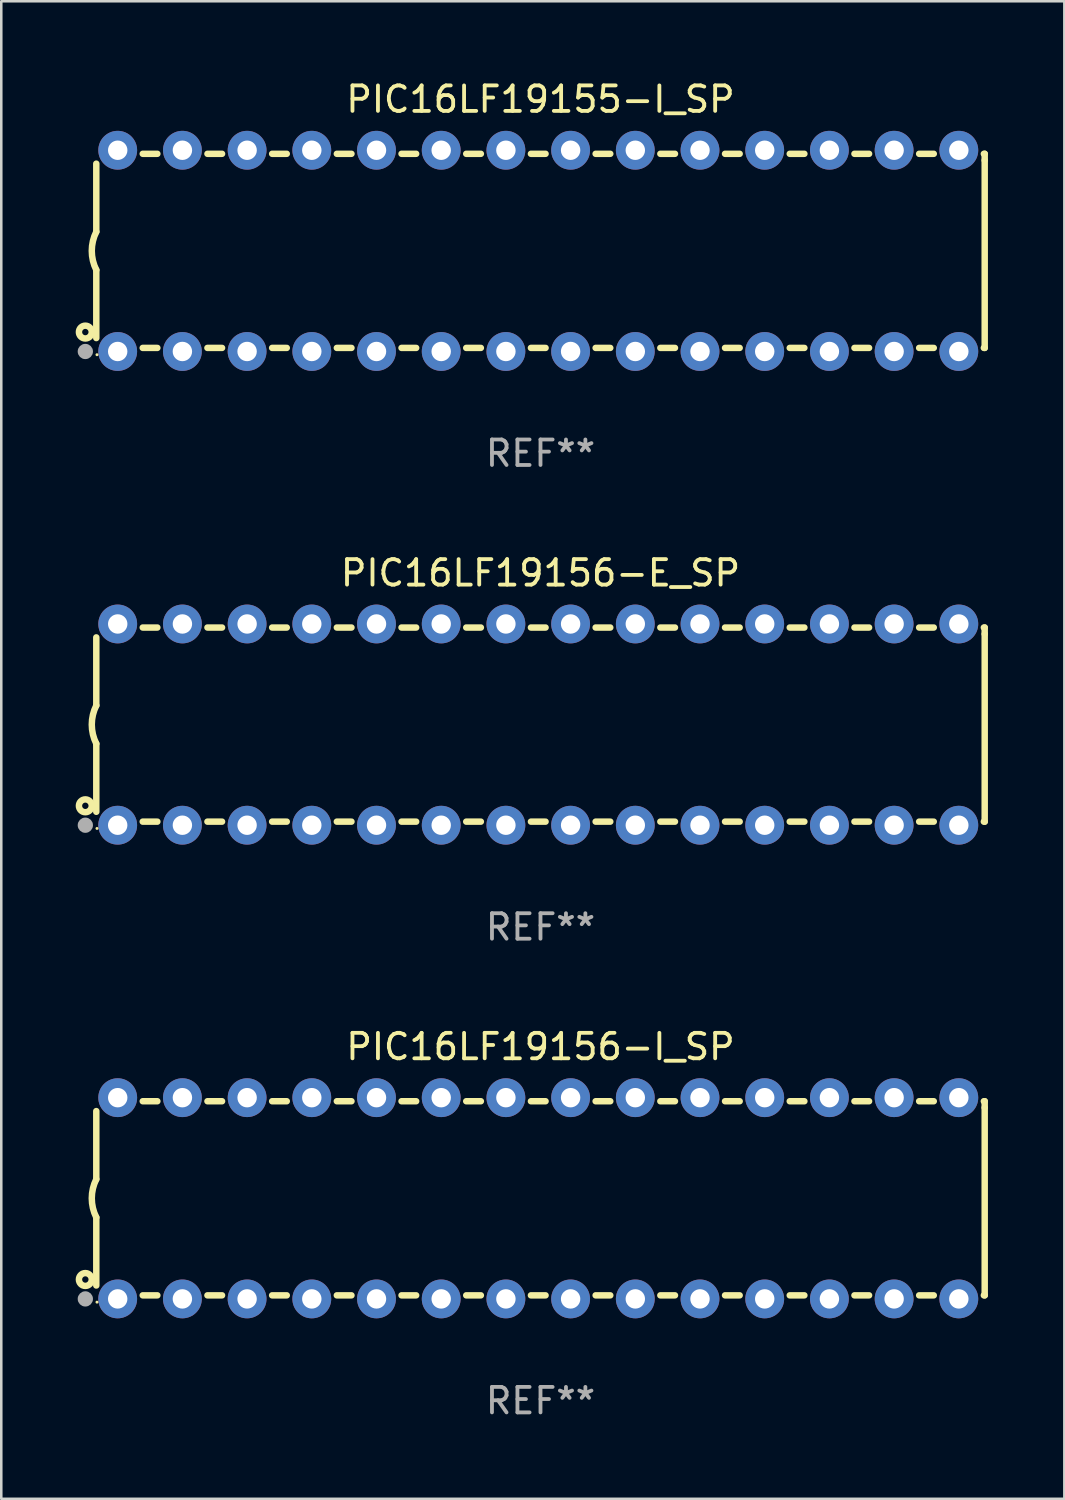
<source format=kicad_pcb>
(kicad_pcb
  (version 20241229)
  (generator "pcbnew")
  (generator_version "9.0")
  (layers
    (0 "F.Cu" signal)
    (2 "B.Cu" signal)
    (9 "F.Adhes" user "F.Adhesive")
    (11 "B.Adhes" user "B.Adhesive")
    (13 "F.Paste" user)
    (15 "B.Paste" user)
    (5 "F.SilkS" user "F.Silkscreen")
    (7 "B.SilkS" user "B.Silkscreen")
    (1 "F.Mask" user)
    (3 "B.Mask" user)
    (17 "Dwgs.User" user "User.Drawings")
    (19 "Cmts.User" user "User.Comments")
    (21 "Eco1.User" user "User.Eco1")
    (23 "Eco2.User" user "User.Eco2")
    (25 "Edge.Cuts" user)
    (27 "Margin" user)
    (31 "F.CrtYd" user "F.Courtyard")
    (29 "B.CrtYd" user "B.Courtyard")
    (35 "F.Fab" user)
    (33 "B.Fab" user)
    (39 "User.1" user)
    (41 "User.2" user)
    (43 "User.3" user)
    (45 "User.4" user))
  (footprint "PIC16LF19156-E_SP"
    (layer "F.Cu")
    (at 18.168 25.395)
    (property "Reference" "PIC16LF19156-E_SP" (at 0 -5.95 0) (layer "F.SilkS") (effects (font (size 1 1) (thickness 0.15))))
    (attr through_hole)
    (fp_line (start -17.438 0.75) (end -17.438 3.423) (stroke (width 0.254) (type solid)) (layer "F.SilkS"))
    (fp_line (start -17.438 -3.423) (end -17.438 -0.75) (stroke (width 0.254) (type solid)) (layer "F.SilkS"))
    (fp_line (start -15.615 3.81) (end -15.041 3.81) (stroke (width 0.254) (type solid)) (layer "F.SilkS"))
    (fp_line (start -15.041 -3.81) (end -15.614 -3.81) (stroke (width 0.254) (type solid)) (layer "F.SilkS"))
    (fp_line (start -13.075 3.81) (end -12.501 3.81) (stroke (width 0.254) (type solid)) (layer "F.SilkS"))
    (fp_line (start -12.501 -3.81) (end -13.074 -3.81) (stroke (width 0.254) (type solid)) (layer "F.SilkS"))
    (fp_line (start -10.535 3.81) (end -9.961 3.81) (stroke (width 0.254) (type solid)) (layer "F.SilkS"))
    (fp_line (start -9.961 -3.81) (end -10.534 -3.81) (stroke (width 0.254) (type solid)) (layer "F.SilkS"))
    (fp_line (start -7.995 3.81) (end -7.421 3.81) (stroke (width 0.254) (type solid)) (layer "F.SilkS"))
    (fp_line (start -7.421 -3.81) (end -7.995 -3.81) (stroke (width 0.254) (type solid)) (layer "F.SilkS"))
    (fp_line (start -5.455 3.81) (end -4.881 3.81) (stroke (width 0.254) (type solid)) (layer "F.SilkS"))
    (fp_line (start -4.881 -3.81) (end -5.455 -3.81) (stroke (width 0.254) (type solid)) (layer "F.SilkS"))
    (fp_line (start -2.915 3.81) (end -2.341 3.81) (stroke (width 0.254) (type solid)) (layer "F.SilkS"))
    (fp_line (start -2.341 -3.81) (end -2.915 -3.81) (stroke (width 0.254) (type solid)) (layer "F.SilkS"))
    (fp_line (start -0.375 3.81) (end 0.199 3.81) (stroke (width 0.254) (type solid)) (layer "F.SilkS"))
    (fp_line (start 0.199 -3.81) (end -0.375 -3.81) (stroke (width 0.254) (type solid)) (layer "F.SilkS"))
    (fp_line (start 2.165 3.81) (end 2.739 3.81) (stroke (width 0.254) (type solid)) (layer "F.SilkS"))
    (fp_line (start 2.739 -3.81) (end 2.165 -3.81) (stroke (width 0.254) (type solid)) (layer "F.SilkS"))
    (fp_line (start 4.705 3.81) (end 5.279 3.81) (stroke (width 0.254) (type solid)) (layer "F.SilkS"))
    (fp_line (start 5.279 -3.81) (end 4.705 -3.81) (stroke (width 0.254) (type solid)) (layer "F.SilkS"))
    (fp_line (start 7.245 3.81) (end 7.819 3.81) (stroke (width 0.254) (type solid)) (layer "F.SilkS"))
    (fp_line (start 7.819 -3.81) (end 7.245 -3.81) (stroke (width 0.254) (type solid)) (layer "F.SilkS"))
    (fp_line (start 9.785 3.81) (end 10.359 3.81) (stroke (width 0.254) (type solid)) (layer "F.SilkS"))
    (fp_line (start 10.359 -3.81) (end 9.785 -3.81) (stroke (width 0.254) (type solid)) (layer "F.SilkS"))
    (fp_line (start 12.325 3.81) (end 12.899 3.81) (stroke (width 0.254) (type solid)) (layer "F.SilkS"))
    (fp_line (start 12.899 -3.81) (end 12.325 -3.81) (stroke (width 0.254) (type solid)) (layer "F.SilkS"))
    (fp_line (start 14.865 3.81) (end 15.439 3.81) (stroke (width 0.254) (type solid)) (layer "F.SilkS"))
    (fp_line (start 15.439 -3.81) (end 14.865 -3.81) (stroke (width 0.254) (type solid)) (layer "F.SilkS"))
    (fp_line (start 17.405 3.81) (end 17.438 3.81) (stroke (width 0.254) (type solid)) (layer "F.SilkS"))
    (fp_line (start 17.438 -3.81) (end 17.405 -3.81) (stroke (width 0.254) (type solid)) (layer "F.SilkS"))
    (fp_line (start 17.438 -3.556) (end 17.438 -3.81) (stroke (width 0.254) (type solid)) (layer "F.SilkS"))
    (fp_line (start 17.438 3.81) (end 17.438 -3.556) (stroke (width 0.254) (type solid)) (layer "F.SilkS"))
    (fp_arc (start -17.437986 0.749657) (mid -17.614887 -0.000024) (end -17.437783 -0.749657) (stroke (width 0.254001) (type solid)) (layer "F.SilkS"))
    (fp_circle (center -17.868 3.188) (end -17.743 3.188) (stroke (width 0.254) (type solid)) (fill no) (layer "F.SilkS"))
    (fp_circle (center -17.411 4.077) (end -17.381 4.077) (stroke (width 0.06) (type solid)) (fill no) (layer "F.SilkS"))
    (fp_circle (center -17.868 3.95) (end -17.718 3.95) (stroke (width 0.3) (type solid)) (fill no) (layer "F.Fab"))
    (fp_text user "REF**" (at 0 7.95 0) (layer "F.Fab") (effects (font (size 1 1) (thickness 0.15))))
    (pad "1" thru_hole circle (at -16.598 3.95) (size 1.524 1.524) (drill 0.762) (layers "*.Cu" "*.Mask"))
    (pad "2" thru_hole circle (at -14.058 3.95) (size 1.524 1.524) (drill 0.762) (layers "*.Cu" "*.Mask"))
    (pad "3" thru_hole circle (at -11.518 3.95) (size 1.524 1.524) (drill 0.762) (layers "*.Cu" "*.Mask"))
    (pad "4" thru_hole circle (at -8.978 3.95) (size 1.524 1.524) (drill 0.762) (layers "*.Cu" "*.Mask"))
    (pad "5" thru_hole circle (at -6.438 3.95) (size 1.524 1.524) (drill 0.762) (layers "*.Cu" "*.Mask"))
    (pad "6" thru_hole circle (at -3.898 3.95) (size 1.524 1.524) (drill 0.762) (layers "*.Cu" "*.Mask"))
    (pad "7" thru_hole circle (at -1.358 3.95) (size 1.524 1.524) (drill 0.762) (layers "*.Cu" "*.Mask"))
    (pad "8" thru_hole circle (at 1.182 3.95) (size 1.524 1.524) (drill 0.762) (layers "*.Cu" "*.Mask"))
    (pad "9" thru_hole circle (at 3.722 3.95) (size 1.524 1.524) (drill 0.762) (layers "*.Cu" "*.Mask"))
    (pad "10" thru_hole circle (at 6.262 3.95) (size 1.524 1.524) (drill 0.762) (layers "*.Cu" "*.Mask"))
    (pad "11" thru_hole circle (at 8.802 3.95) (size 1.524 1.524) (drill 0.762) (layers "*.Cu" "*.Mask"))
    (pad "12" thru_hole circle (at 11.342 3.95) (size 1.524 1.524) (drill 0.762) (layers "*.Cu" "*.Mask"))
    (pad "13" thru_hole circle (at 13.882 3.95) (size 1.524 1.524) (drill 0.762) (layers "*.Cu" "*.Mask"))
    (pad "14" thru_hole circle (at 16.422 3.95) (size 1.524 1.524) (drill 0.762) (layers "*.Cu" "*.Mask"))
    (pad "15" thru_hole circle (at 16.422 -3.95) (size 1.524 1.524) (drill 0.762) (layers "*.Cu" "*.Mask"))
    (pad "16" thru_hole circle (at 13.882 -3.95) (size 1.524 1.524) (drill 0.762) (layers "*.Cu" "*.Mask"))
    (pad "17" thru_hole circle (at 11.342 -3.95) (size 1.524 1.524) (drill 0.762) (layers "*.Cu" "*.Mask"))
    (pad "18" thru_hole circle (at 8.802 -3.95) (size 1.524 1.524) (drill 0.762) (layers "*.Cu" "*.Mask"))
    (pad "19" thru_hole circle (at 6.262 -3.95) (size 1.524 1.524) (drill 0.762) (layers "*.Cu" "*.Mask"))
    (pad "20" thru_hole circle (at 3.722 -3.95) (size 1.524 1.524) (drill 0.762) (layers "*.Cu" "*.Mask"))
    (pad "21" thru_hole circle (at 1.182 -3.95) (size 1.524 1.524) (drill 0.762) (layers "*.Cu" "*.Mask"))
    (pad "22" thru_hole circle (at -1.358 -3.95) (size 1.524 1.524) (drill 0.762) (layers "*.Cu" "*.Mask"))
    (pad "23" thru_hole circle (at -3.898 -3.95) (size 1.524 1.524) (drill 0.762) (layers "*.Cu" "*.Mask"))
    (pad "24" thru_hole circle (at -6.438 -3.95) (size 1.524 1.524) (drill 0.762) (layers "*.Cu" "*.Mask"))
    (pad "25" thru_hole circle (at -8.978 -3.95) (size 1.524 1.524) (drill 0.762) (layers "*.Cu" "*.Mask"))
    (pad "26" thru_hole circle (at -11.517 -3.95) (size 1.524 1.524) (drill 0.762) (layers "*.Cu" "*.Mask"))
    (pad "27" thru_hole circle (at -14.057 -3.95) (size 1.524 1.524) (drill 0.762) (layers "*.Cu" "*.Mask"))
    (pad "28" thru_hole circle (at -16.597 -3.95) (size 1.524 1.524) (drill 0.762) (layers "*.Cu" "*.Mask")))
  (footprint "PIC16LF19155-I_SP"
    (layer "F.Cu")
    (at 18.168 6.798)
    (property "Reference" "PIC16LF19155-I_SP" (at 0 -5.95 0) (layer "F.SilkS") (effects (font (size 1 1) (thickness 0.15))))
    (attr through_hole)
    (fp_line (start -17.438 0.75) (end -17.438 3.423) (stroke (width 0.254) (type solid)) (layer "F.SilkS"))
    (fp_line (start -17.438 -3.423) (end -17.438 -0.75) (stroke (width 0.254) (type solid)) (layer "F.SilkS"))
    (fp_line (start -15.615 3.81) (end -15.041 3.81) (stroke (width 0.254) (type solid)) (layer "F.SilkS"))
    (fp_line (start -15.041 -3.81) (end -15.614 -3.81) (stroke (width 0.254) (type solid)) (layer "F.SilkS"))
    (fp_line (start -13.075 3.81) (end -12.501 3.81) (stroke (width 0.254) (type solid)) (layer "F.SilkS"))
    (fp_line (start -12.501 -3.81) (end -13.074 -3.81) (stroke (width 0.254) (type solid)) (layer "F.SilkS"))
    (fp_line (start -10.535 3.81) (end -9.961 3.81) (stroke (width 0.254) (type solid)) (layer "F.SilkS"))
    (fp_line (start -9.961 -3.81) (end -10.534 -3.81) (stroke (width 0.254) (type solid)) (layer "F.SilkS"))
    (fp_line (start -7.995 3.81) (end -7.421 3.81) (stroke (width 0.254) (type solid)) (layer "F.SilkS"))
    (fp_line (start -7.421 -3.81) (end -7.995 -3.81) (stroke (width 0.254) (type solid)) (layer "F.SilkS"))
    (fp_line (start -5.455 3.81) (end -4.881 3.81) (stroke (width 0.254) (type solid)) (layer "F.SilkS"))
    (fp_line (start -4.881 -3.81) (end -5.455 -3.81) (stroke (width 0.254) (type solid)) (layer "F.SilkS"))
    (fp_line (start -2.915 3.81) (end -2.341 3.81) (stroke (width 0.254) (type solid)) (layer "F.SilkS"))
    (fp_line (start -2.341 -3.81) (end -2.915 -3.81) (stroke (width 0.254) (type solid)) (layer "F.SilkS"))
    (fp_line (start -0.375 3.81) (end 0.199 3.81) (stroke (width 0.254) (type solid)) (layer "F.SilkS"))
    (fp_line (start 0.199 -3.81) (end -0.375 -3.81) (stroke (width 0.254) (type solid)) (layer "F.SilkS"))
    (fp_line (start 2.165 3.81) (end 2.739 3.81) (stroke (width 0.254) (type solid)) (layer "F.SilkS"))
    (fp_line (start 2.739 -3.81) (end 2.165 -3.81) (stroke (width 0.254) (type solid)) (layer "F.SilkS"))
    (fp_line (start 4.705 3.81) (end 5.279 3.81) (stroke (width 0.254) (type solid)) (layer "F.SilkS"))
    (fp_line (start 5.279 -3.81) (end 4.705 -3.81) (stroke (width 0.254) (type solid)) (layer "F.SilkS"))
    (fp_line (start 7.245 3.81) (end 7.819 3.81) (stroke (width 0.254) (type solid)) (layer "F.SilkS"))
    (fp_line (start 7.819 -3.81) (end 7.245 -3.81) (stroke (width 0.254) (type solid)) (layer "F.SilkS"))
    (fp_line (start 9.785 3.81) (end 10.359 3.81) (stroke (width 0.254) (type solid)) (layer "F.SilkS"))
    (fp_line (start 10.359 -3.81) (end 9.785 -3.81) (stroke (width 0.254) (type solid)) (layer "F.SilkS"))
    (fp_line (start 12.325 3.81) (end 12.899 3.81) (stroke (width 0.254) (type solid)) (layer "F.SilkS"))
    (fp_line (start 12.899 -3.81) (end 12.325 -3.81) (stroke (width 0.254) (type solid)) (layer "F.SilkS"))
    (fp_line (start 14.865 3.81) (end 15.439 3.81) (stroke (width 0.254) (type solid)) (layer "F.SilkS"))
    (fp_line (start 15.439 -3.81) (end 14.865 -3.81) (stroke (width 0.254) (type solid)) (layer "F.SilkS"))
    (fp_line (start 17.405 3.81) (end 17.438 3.81) (stroke (width 0.254) (type solid)) (layer "F.SilkS"))
    (fp_line (start 17.438 -3.81) (end 17.405 -3.81) (stroke (width 0.254) (type solid)) (layer "F.SilkS"))
    (fp_line (start 17.438 -3.556) (end 17.438 -3.81) (stroke (width 0.254) (type solid)) (layer "F.SilkS"))
    (fp_line (start 17.438 3.81) (end 17.438 -3.556) (stroke (width 0.254) (type solid)) (layer "F.SilkS"))
    (fp_arc (start -17.437986 0.749657) (mid -17.614887 -0.000024) (end -17.437783 -0.749657) (stroke (width 0.254001) (type solid)) (layer "F.SilkS"))
    (fp_circle (center -17.868 3.188) (end -17.743 3.188) (stroke (width 0.254) (type solid)) (fill no) (layer "F.SilkS"))
    (fp_circle (center -17.411 4.077) (end -17.381 4.077) (stroke (width 0.06) (type solid)) (fill no) (layer "F.SilkS"))
    (fp_circle (center -17.868 3.95) (end -17.718 3.95) (stroke (width 0.3) (type solid)) (fill no) (layer "F.Fab"))
    (fp_text user "REF**" (at 0 7.95 0) (layer "F.Fab") (effects (font (size 1 1) (thickness 0.15))))
    (pad "1" thru_hole circle (at -16.598 3.95) (size 1.524 1.524) (drill 0.762) (layers "*.Cu" "*.Mask"))
    (pad "2" thru_hole circle (at -14.058 3.95) (size 1.524 1.524) (drill 0.762) (layers "*.Cu" "*.Mask"))
    (pad "3" thru_hole circle (at -11.518 3.95) (size 1.524 1.524) (drill 0.762) (layers "*.Cu" "*.Mask"))
    (pad "4" thru_hole circle (at -8.978 3.95) (size 1.524 1.524) (drill 0.762) (layers "*.Cu" "*.Mask"))
    (pad "5" thru_hole circle (at -6.438 3.95) (size 1.524 1.524) (drill 0.762) (layers "*.Cu" "*.Mask"))
    (pad "6" thru_hole circle (at -3.898 3.95) (size 1.524 1.524) (drill 0.762) (layers "*.Cu" "*.Mask"))
    (pad "7" thru_hole circle (at -1.358 3.95) (size 1.524 1.524) (drill 0.762) (layers "*.Cu" "*.Mask"))
    (pad "8" thru_hole circle (at 1.182 3.95) (size 1.524 1.524) (drill 0.762) (layers "*.Cu" "*.Mask"))
    (pad "9" thru_hole circle (at 3.722 3.95) (size 1.524 1.524) (drill 0.762) (layers "*.Cu" "*.Mask"))
    (pad "10" thru_hole circle (at 6.262 3.95) (size 1.524 1.524) (drill 0.762) (layers "*.Cu" "*.Mask"))
    (pad "11" thru_hole circle (at 8.802 3.95) (size 1.524 1.524) (drill 0.762) (layers "*.Cu" "*.Mask"))
    (pad "12" thru_hole circle (at 11.342 3.95) (size 1.524 1.524) (drill 0.762) (layers "*.Cu" "*.Mask"))
    (pad "13" thru_hole circle (at 13.882 3.95) (size 1.524 1.524) (drill 0.762) (layers "*.Cu" "*.Mask"))
    (pad "14" thru_hole circle (at 16.422 3.95) (size 1.524 1.524) (drill 0.762) (layers "*.Cu" "*.Mask"))
    (pad "15" thru_hole circle (at 16.422 -3.95) (size 1.524 1.524) (drill 0.762) (layers "*.Cu" "*.Mask"))
    (pad "16" thru_hole circle (at 13.882 -3.95) (size 1.524 1.524) (drill 0.762) (layers "*.Cu" "*.Mask"))
    (pad "17" thru_hole circle (at 11.342 -3.95) (size 1.524 1.524) (drill 0.762) (layers "*.Cu" "*.Mask"))
    (pad "18" thru_hole circle (at 8.802 -3.95) (size 1.524 1.524) (drill 0.762) (layers "*.Cu" "*.Mask"))
    (pad "19" thru_hole circle (at 6.262 -3.95) (size 1.524 1.524) (drill 0.762) (layers "*.Cu" "*.Mask"))
    (pad "20" thru_hole circle (at 3.722 -3.95) (size 1.524 1.524) (drill 0.762) (layers "*.Cu" "*.Mask"))
    (pad "21" thru_hole circle (at 1.182 -3.95) (size 1.524 1.524) (drill 0.762) (layers "*.Cu" "*.Mask"))
    (pad "22" thru_hole circle (at -1.358 -3.95) (size 1.524 1.524) (drill 0.762) (layers "*.Cu" "*.Mask"))
    (pad "23" thru_hole circle (at -3.898 -3.95) (size 1.524 1.524) (drill 0.762) (layers "*.Cu" "*.Mask"))
    (pad "24" thru_hole circle (at -6.438 -3.95) (size 1.524 1.524) (drill 0.762) (layers "*.Cu" "*.Mask"))
    (pad "25" thru_hole circle (at -8.978 -3.95) (size 1.524 1.524) (drill 0.762) (layers "*.Cu" "*.Mask"))
    (pad "26" thru_hole circle (at -11.517 -3.95) (size 1.524 1.524) (drill 0.762) (layers "*.Cu" "*.Mask"))
    (pad "27" thru_hole circle (at -14.057 -3.95) (size 1.524 1.524) (drill 0.762) (layers "*.Cu" "*.Mask"))
    (pad "28" thru_hole circle (at -16.597 -3.95) (size 1.524 1.524) (drill 0.762) (layers "*.Cu" "*.Mask")))
  (footprint "PIC16LF19156-I_SP"
    (layer "F.Cu")
    (at 18.168 43.991)
    (property "Reference" "PIC16LF19156-I_SP" (at 0 -5.95 0) (layer "F.SilkS") (effects (font (size 1 1) (thickness 0.15))))
    (attr through_hole)
    (fp_line (start -17.438 0.75) (end -17.438 3.423) (stroke (width 0.254) (type solid)) (layer "F.SilkS"))
    (fp_line (start -17.438 -3.423) (end -17.438 -0.75) (stroke (width 0.254) (type solid)) (layer "F.SilkS"))
    (fp_line (start -15.615 3.81) (end -15.041 3.81) (stroke (width 0.254) (type solid)) (layer "F.SilkS"))
    (fp_line (start -15.041 -3.81) (end -15.614 -3.81) (stroke (width 0.254) (type solid)) (layer "F.SilkS"))
    (fp_line (start -13.075 3.81) (end -12.501 3.81) (stroke (width 0.254) (type solid)) (layer "F.SilkS"))
    (fp_line (start -12.501 -3.81) (end -13.074 -3.81) (stroke (width 0.254) (type solid)) (layer "F.SilkS"))
    (fp_line (start -10.535 3.81) (end -9.961 3.81) (stroke (width 0.254) (type solid)) (layer "F.SilkS"))
    (fp_line (start -9.961 -3.81) (end -10.534 -3.81) (stroke (width 0.254) (type solid)) (layer "F.SilkS"))
    (fp_line (start -7.995 3.81) (end -7.421 3.81) (stroke (width 0.254) (type solid)) (layer "F.SilkS"))
    (fp_line (start -7.421 -3.81) (end -7.995 -3.81) (stroke (width 0.254) (type solid)) (layer "F.SilkS"))
    (fp_line (start -5.455 3.81) (end -4.881 3.81) (stroke (width 0.254) (type solid)) (layer "F.SilkS"))
    (fp_line (start -4.881 -3.81) (end -5.455 -3.81) (stroke (width 0.254) (type solid)) (layer "F.SilkS"))
    (fp_line (start -2.915 3.81) (end -2.341 3.81) (stroke (width 0.254) (type solid)) (layer "F.SilkS"))
    (fp_line (start -2.341 -3.81) (end -2.915 -3.81) (stroke (width 0.254) (type solid)) (layer "F.SilkS"))
    (fp_line (start -0.375 3.81) (end 0.199 3.81) (stroke (width 0.254) (type solid)) (layer "F.SilkS"))
    (fp_line (start 0.199 -3.81) (end -0.375 -3.81) (stroke (width 0.254) (type solid)) (layer "F.SilkS"))
    (fp_line (start 2.165 3.81) (end 2.739 3.81) (stroke (width 0.254) (type solid)) (layer "F.SilkS"))
    (fp_line (start 2.739 -3.81) (end 2.165 -3.81) (stroke (width 0.254) (type solid)) (layer "F.SilkS"))
    (fp_line (start 4.705 3.81) (end 5.279 3.81) (stroke (width 0.254) (type solid)) (layer "F.SilkS"))
    (fp_line (start 5.279 -3.81) (end 4.705 -3.81) (stroke (width 0.254) (type solid)) (layer "F.SilkS"))
    (fp_line (start 7.245 3.81) (end 7.819 3.81) (stroke (width 0.254) (type solid)) (layer "F.SilkS"))
    (fp_line (start 7.819 -3.81) (end 7.245 -3.81) (stroke (width 0.254) (type solid)) (layer "F.SilkS"))
    (fp_line (start 9.785 3.81) (end 10.359 3.81) (stroke (width 0.254) (type solid)) (layer "F.SilkS"))
    (fp_line (start 10.359 -3.81) (end 9.785 -3.81) (stroke (width 0.254) (type solid)) (layer "F.SilkS"))
    (fp_line (start 12.325 3.81) (end 12.899 3.81) (stroke (width 0.254) (type solid)) (layer "F.SilkS"))
    (fp_line (start 12.899 -3.81) (end 12.325 -3.81) (stroke (width 0.254) (type solid)) (layer "F.SilkS"))
    (fp_line (start 14.865 3.81) (end 15.439 3.81) (stroke (width 0.254) (type solid)) (layer "F.SilkS"))
    (fp_line (start 15.439 -3.81) (end 14.865 -3.81) (stroke (width 0.254) (type solid)) (layer "F.SilkS"))
    (fp_line (start 17.405 3.81) (end 17.438 3.81) (stroke (width 0.254) (type solid)) (layer "F.SilkS"))
    (fp_line (start 17.438 -3.81) (end 17.405 -3.81) (stroke (width 0.254) (type solid)) (layer "F.SilkS"))
    (fp_line (start 17.438 -3.556) (end 17.438 -3.81) (stroke (width 0.254) (type solid)) (layer "F.SilkS"))
    (fp_line (start 17.438 3.81) (end 17.438 -3.556) (stroke (width 0.254) (type solid)) (layer "F.SilkS"))
    (fp_arc (start -17.437986 0.749657) (mid -17.614887 -0.000024) (end -17.437783 -0.749657) (stroke (width 0.254001) (type solid)) (layer "F.SilkS"))
    (fp_circle (center -17.868 3.188) (end -17.743 3.188) (stroke (width 0.254) (type solid)) (fill no) (layer "F.SilkS"))
    (fp_circle (center -17.411 4.077) (end -17.381 4.077) (stroke (width 0.06) (type solid)) (fill no) (layer "F.SilkS"))
    (fp_circle (center -17.868 3.95) (end -17.718 3.95) (stroke (width 0.3) (type solid)) (fill no) (layer "F.Fab"))
    (fp_text user "REF**" (at 0 7.95 0) (layer "F.Fab") (effects (font (size 1 1) (thickness 0.15))))
    (pad "1" thru_hole circle (at -16.598 3.95) (size 1.524 1.524) (drill 0.762) (layers "*.Cu" "*.Mask"))
    (pad "2" thru_hole circle (at -14.058 3.95) (size 1.524 1.524) (drill 0.762) (layers "*.Cu" "*.Mask"))
    (pad "3" thru_hole circle (at -11.518 3.95) (size 1.524 1.524) (drill 0.762) (layers "*.Cu" "*.Mask"))
    (pad "4" thru_hole circle (at -8.978 3.95) (size 1.524 1.524) (drill 0.762) (layers "*.Cu" "*.Mask"))
    (pad "5" thru_hole circle (at -6.438 3.95) (size 1.524 1.524) (drill 0.762) (layers "*.Cu" "*.Mask"))
    (pad "6" thru_hole circle (at -3.898 3.95) (size 1.524 1.524) (drill 0.762) (layers "*.Cu" "*.Mask"))
    (pad "7" thru_hole circle (at -1.358 3.95) (size 1.524 1.524) (drill 0.762) (layers "*.Cu" "*.Mask"))
    (pad "8" thru_hole circle (at 1.182 3.95) (size 1.524 1.524) (drill 0.762) (layers "*.Cu" "*.Mask"))
    (pad "9" thru_hole circle (at 3.722 3.95) (size 1.524 1.524) (drill 0.762) (layers "*.Cu" "*.Mask"))
    (pad "10" thru_hole circle (at 6.262 3.95) (size 1.524 1.524) (drill 0.762) (layers "*.Cu" "*.Mask"))
    (pad "11" thru_hole circle (at 8.802 3.95) (size 1.524 1.524) (drill 0.762) (layers "*.Cu" "*.Mask"))
    (pad "12" thru_hole circle (at 11.342 3.95) (size 1.524 1.524) (drill 0.762) (layers "*.Cu" "*.Mask"))
    (pad "13" thru_hole circle (at 13.882 3.95) (size 1.524 1.524) (drill 0.762) (layers "*.Cu" "*.Mask"))
    (pad "14" thru_hole circle (at 16.422 3.95) (size 1.524 1.524) (drill 0.762) (layers "*.Cu" "*.Mask"))
    (pad "15" thru_hole circle (at 16.422 -3.95) (size 1.524 1.524) (drill 0.762) (layers "*.Cu" "*.Mask"))
    (pad "16" thru_hole circle (at 13.882 -3.95) (size 1.524 1.524) (drill 0.762) (layers "*.Cu" "*.Mask"))
    (pad "17" thru_hole circle (at 11.342 -3.95) (size 1.524 1.524) (drill 0.762) (layers "*.Cu" "*.Mask"))
    (pad "18" thru_hole circle (at 8.802 -3.95) (size 1.524 1.524) (drill 0.762) (layers "*.Cu" "*.Mask"))
    (pad "19" thru_hole circle (at 6.262 -3.95) (size 1.524 1.524) (drill 0.762) (layers "*.Cu" "*.Mask"))
    (pad "20" thru_hole circle (at 3.722 -3.95) (size 1.524 1.524) (drill 0.762) (layers "*.Cu" "*.Mask"))
    (pad "21" thru_hole circle (at 1.182 -3.95) (size 1.524 1.524) (drill 0.762) (layers "*.Cu" "*.Mask"))
    (pad "22" thru_hole circle (at -1.358 -3.95) (size 1.524 1.524) (drill 0.762) (layers "*.Cu" "*.Mask"))
    (pad "23" thru_hole circle (at -3.898 -3.95) (size 1.524 1.524) (drill 0.762) (layers "*.Cu" "*.Mask"))
    (pad "24" thru_hole circle (at -6.438 -3.95) (size 1.524 1.524) (drill 0.762) (layers "*.Cu" "*.Mask"))
    (pad "25" thru_hole circle (at -8.978 -3.95) (size 1.524 1.524) (drill 0.762) (layers "*.Cu" "*.Mask"))
    (pad "26" thru_hole circle (at -11.517 -3.95) (size 1.524 1.524) (drill 0.762) (layers "*.Cu" "*.Mask"))
    (pad "27" thru_hole circle (at -14.057 -3.95) (size 1.524 1.524) (drill 0.762) (layers "*.Cu" "*.Mask"))
    (pad "28" thru_hole circle (at -16.597 -3.95) (size 1.524 1.524) (drill 0.762) (layers "*.Cu" "*.Mask")))
  (gr_rect
    (start -3 -3)
    (end 38.733 55.789)
    (stroke (width 0.1) (type default))
    (fill no)
    (layer "Edge.Cuts")))
</source>
